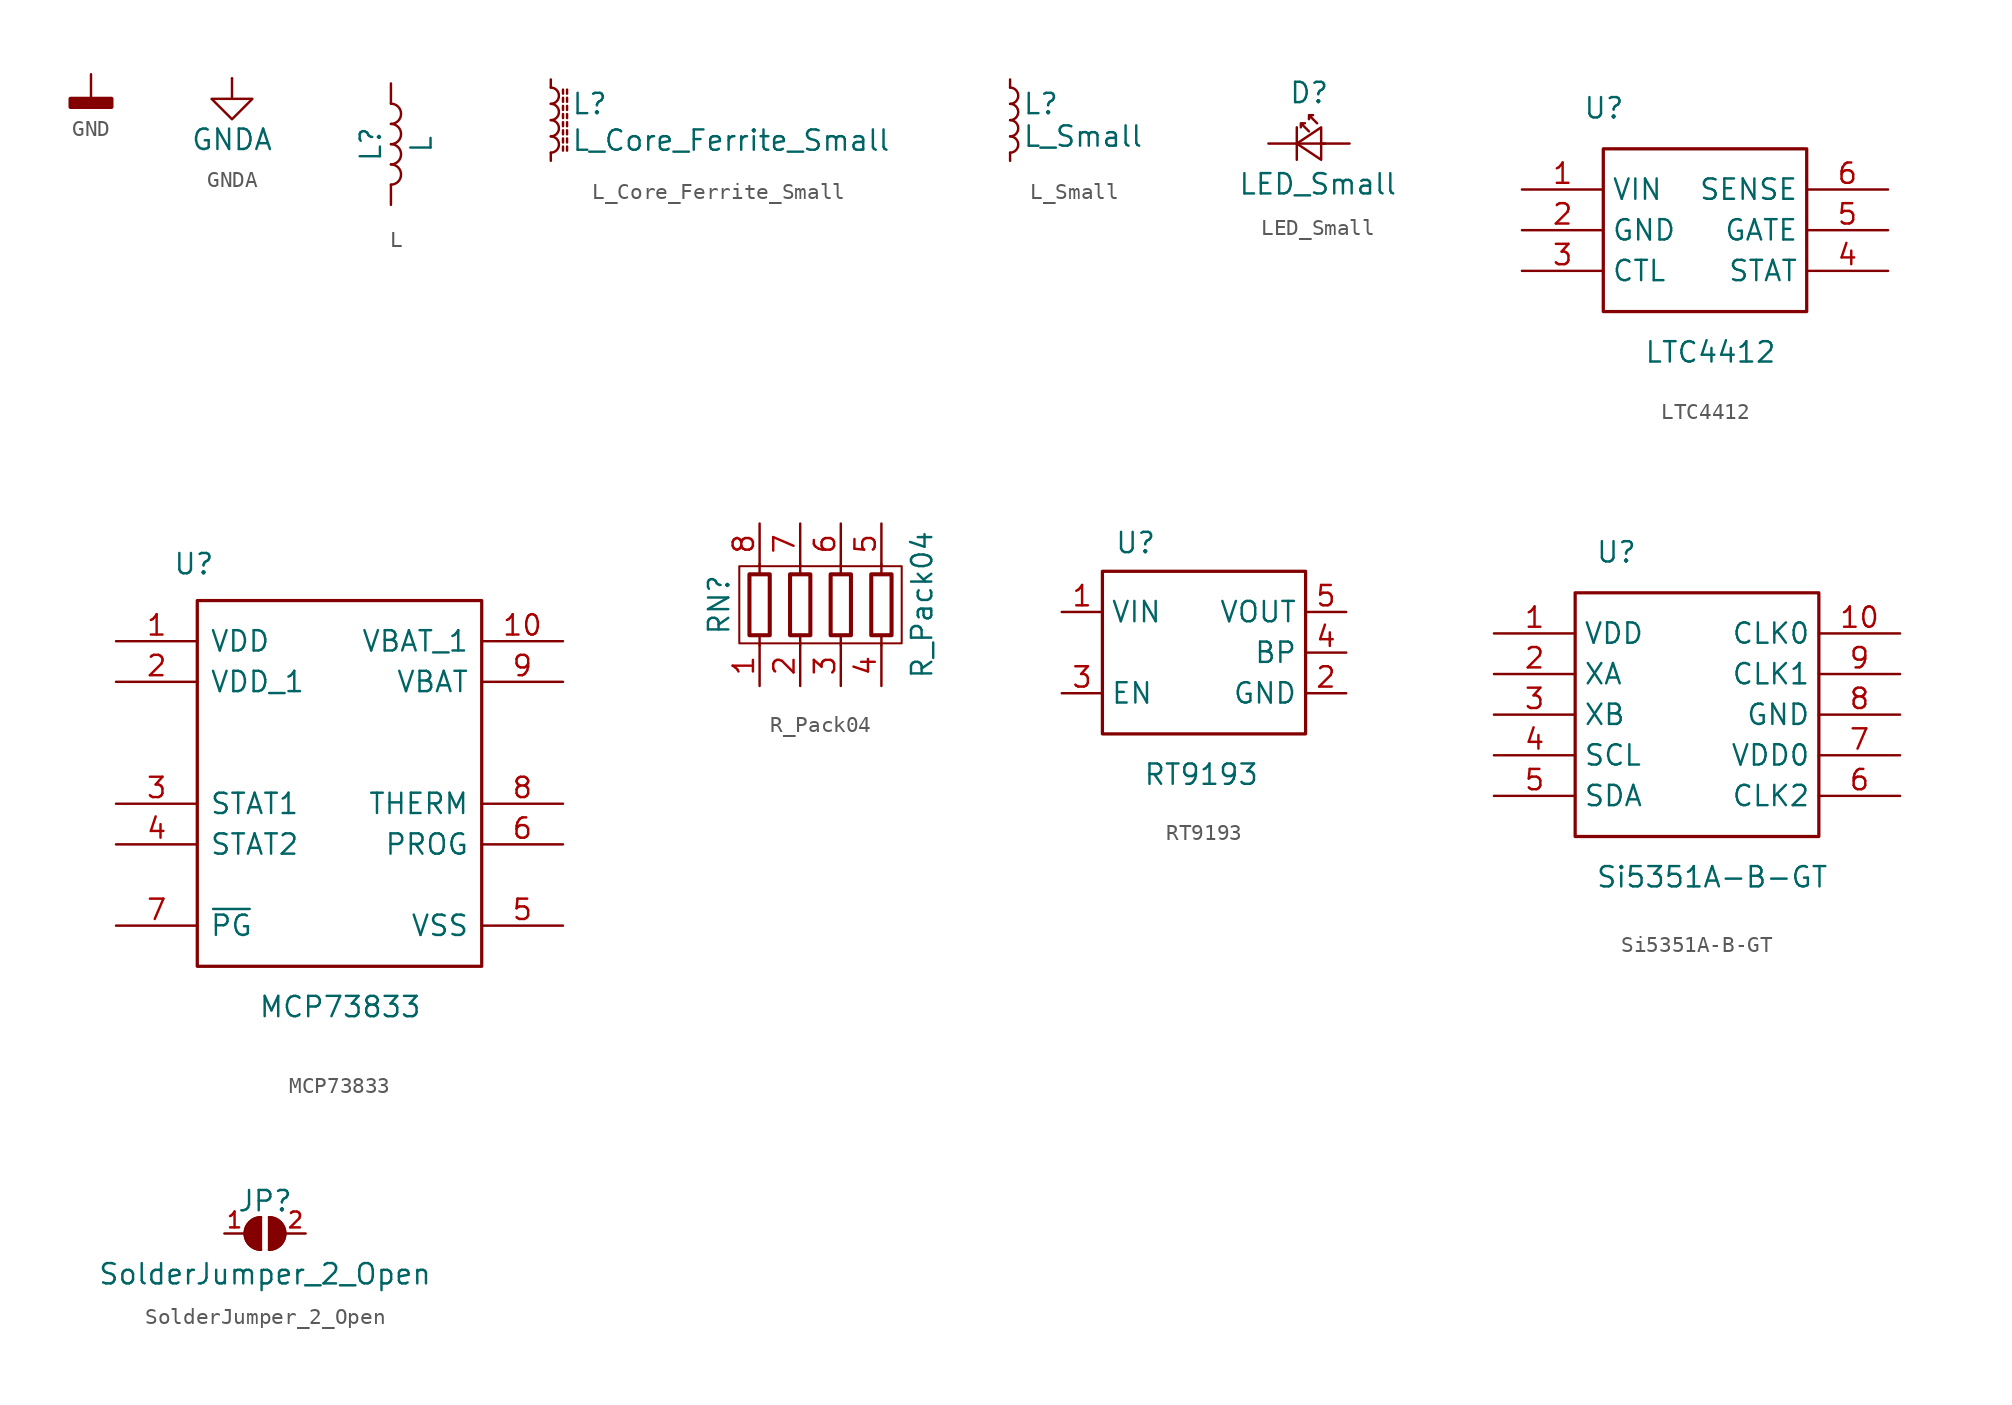
<source format=kicad_sym>
(kicad_symbol_lib
  (version 20241209)
  (generator "kicad_symbol_editor")
  (generator_version "9.0")
  (symbol "GND"
    (power)
    (pin_names
      (offset 0))
    (property "Reference" "#PWR"
      (at 0 -6.35 0)
      (effects (font (size 1.27 1.27)) (hide yes)))
    (symbol "GND_0_1"
      (rectangle (start -1.27 -1.524) (end 1.27 -2.032) (stroke (width 0.254) (type solid)) (fill (type outline)))
      (polyline (pts (xy 0 0) (xy 0 -1.524)) (stroke (width 0) (type solid)) (fill (type none))))
    (symbol "GND_1_1"
      (pin power_in line (at 0 0 270) (length 0) (hide yes) (name "GND" (effects (font (size 0 0)))) (number "1" (effects (font (size 0 0)))))))
  (symbol "GNDA"
    (power)
    (pin_names
      (offset 0))
    (property "Reference" "#PWR"
      (at 0 -6.35 0)
      (effects (font (size 1.27 1.27)) (hide yes)))
    (property "Value" "GNDA"
      (at 0 -3.81 0)
      (effects (font (size 1.27 1.27))))
    (symbol "GNDA_0_1"
      (polyline (pts (xy 0 0) (xy 0 -1.27) (xy 1.27 -1.27) (xy 0 -2.54) (xy -1.27 -1.27) (xy 0 -1.27)) (stroke (width 0) (type solid)) (fill (type none))))
    (symbol "GNDA_1_1"
      (pin power_in line (at 0 0 270) (length 0) (name "GNDA" (effects (font (size 0 0)))) (number "1" (effects (font (size 0 0)))))))
  (symbol "L"
    (pin_numbers
      (hide yes))
    (pin_names
      (offset 1.016)
      (hide yes))
    (property "Reference" "L"
      (at -1.27 0 90)
      (effects (font (size 1.27 1.27))))
    (property "Value" "L"
      (at 1.905 0 90)
      (effects (font (size 1.27 1.27))))
    (symbol "L_0_1"
      (arc (start 0 2.54) (mid 0.6323 1.905) (end 0 1.27) (stroke (width 0) (type solid)) (fill (type none)))
      (arc (start 0 1.27) (mid 0.6323 0.635) (end 0 0) (stroke (width 0) (type solid)) (fill (type none)))
      (arc (start 0 0) (mid 0.6323 -0.635) (end 0 -1.27) (stroke (width 0) (type solid)) (fill (type none)))
      (arc (start 0 -1.27) (mid 0.6323 -1.905) (end 0 -2.54) (stroke (width 0) (type solid)) (fill (type none))))
    (symbol "L_1_1"
      (pin passive line (at 0 3.81 270) (length 1.27) (name "1" (effects (font (size 1.27 1.27)))) (number "1" (effects (font (size 1.27 1.27)))))
      (pin passive line (at 0 -3.81 90) (length 1.27) (name "2" (effects (font (size 1.27 1.27)))) (number "2" (effects (font (size 1.27 1.27)))))))
  (symbol "L_Core_Ferrite_Small"
    (pin_numbers
      (hide yes))
    (pin_names
      (offset 0.254)
      (hide yes))
    (property "Reference" "L"
      (at 1.27 1.016 0)
      (effects (font (size 1.27 1.27)) (justify left)))
    (property "Value" "L_Core_Ferrite_Small"
      (at 1.27 -1.27 0)
      (effects (font (size 1.27 1.27)) (justify left)))
    (symbol "L_Core_Ferrite_Small_0_1"
      (arc (start 0 2.032) (mid 0.5058 1.524) (end 0 1.016) (stroke (width 0) (type solid)) (fill (type none)))
      (arc (start 0 1.016) (mid 0.5058 0.508) (end 0 0) (stroke (width 0) (type solid)) (fill (type none)))
      (arc (start 0 0) (mid 0.5058 -0.508) (end 0 -1.016) (stroke (width 0) (type solid)) (fill (type none)))
      (arc (start 0 -1.016) (mid 0.5058 -1.524) (end 0 -2.032) (stroke (width 0) (type solid)) (fill (type none)))
      (polyline (pts (xy 0.762 1.651) (xy 0.762 1.905)) (stroke (width 0) (type solid)) (fill (type none)))
      (polyline (pts (xy 0.762 1.143) (xy 0.762 1.397)) (stroke (width 0) (type solid)) (fill (type none)))
      (polyline (pts (xy 0.762 0.635) (xy 0.762 0.889)) (stroke (width 0) (type solid)) (fill (type none)))
      (polyline (pts (xy 0.762 0.127) (xy 0.762 0.381)) (stroke (width 0) (type solid)) (fill (type none)))
      (polyline (pts (xy 0.762 -0.381) (xy 0.762 -0.127)) (stroke (width 0) (type solid)) (fill (type none)))
      (polyline (pts (xy 0.762 -0.889) (xy 0.762 -0.635)) (stroke (width 0) (type solid)) (fill (type none)))
      (polyline (pts (xy 0.762 -1.397) (xy 0.762 -1.143)) (stroke (width 0) (type solid)) (fill (type none)))
      (polyline (pts (xy 0.762 -1.905) (xy 0.762 -1.651)) (stroke (width 0) (type solid)) (fill (type none)))
      (polyline (pts (xy 1.016 1.905) (xy 1.016 1.651)) (stroke (width 0) (type solid)) (fill (type none)))
      (polyline (pts (xy 1.016 1.397) (xy 1.016 1.143)) (stroke (width 0) (type solid)) (fill (type none)))
      (polyline (pts (xy 1.016 0.889) (xy 1.016 0.635)) (stroke (width 0) (type solid)) (fill (type none)))
      (polyline (pts (xy 1.016 0.381) (xy 1.016 0.127)) (stroke (width 0) (type solid)) (fill (type none)))
      (polyline (pts (xy 1.016 -0.127) (xy 1.016 -0.381)) (stroke (width 0) (type solid)) (fill (type none)))
      (polyline (pts (xy 1.016 -0.635) (xy 1.016 -0.889)) (stroke (width 0) (type solid)) (fill (type none)))
      (polyline (pts (xy 1.016 -1.143) (xy 1.016 -1.397)) (stroke (width 0) (type solid)) (fill (type none)))
      (polyline (pts (xy 1.016 -1.651) (xy 1.016 -1.905)) (stroke (width 0) (type solid)) (fill (type none))))
    (symbol "L_Core_Ferrite_Small_1_1"
      (pin passive line (at 0 2.54 270) (length 0.508) (name "~" (effects (font (size 1.27 1.27)))) (number "1" (effects (font (size 1.27 1.27)))))
      (pin passive line (at 0 -2.54 90) (length 0.508) (name "~" (effects (font (size 1.27 1.27)))) (number "2" (effects (font (size 1.27 1.27)))))))
  (symbol "L_Small"
    (pin_numbers
      (hide yes))
    (pin_names
      (offset 0.254)
      (hide yes))
    (property "Reference" "L"
      (at 0.762 1.016 0)
      (effects (font (size 1.27 1.27)) (justify left)))
    (property "Value" "L_Small"
      (at 0.762 -1.016 0)
      (effects (font (size 1.27 1.27)) (justify left)))
    (symbol "L_Small_0_1"
      (arc (start 0 2.032) (mid 0.5058 1.524) (end 0 1.016) (stroke (width 0) (type solid)) (fill (type none)))
      (arc (start 0 1.016) (mid 0.5058 0.508) (end 0 0) (stroke (width 0) (type solid)) (fill (type none)))
      (arc (start 0 0) (mid 0.5058 -0.508) (end 0 -1.016) (stroke (width 0) (type solid)) (fill (type none)))
      (arc (start 0 -1.016) (mid 0.5058 -1.524) (end 0 -2.032) (stroke (width 0) (type solid)) (fill (type none))))
    (symbol "L_Small_1_1"
      (pin passive line (at 0 2.54 270) (length 0.508) (name "~" (effects (font (size 1.27 1.27)))) (number "1" (effects (font (size 1.27 1.27)))))
      (pin passive line (at 0 -2.54 90) (length 0.508) (name "~" (effects (font (size 1.27 1.27)))) (number "2" (effects (font (size 1.27 1.27)))))))
  (symbol "LED_Small"
    (pin_numbers
      (hide yes))
    (pin_names
      (offset 0.254)
      (hide yes))
    (property "Reference" "D"
      (at -1.27 3.175 0)
      (effects (font (size 1.27 1.27)) (justify left)))
    (property "Value" "LED_Small"
      (at -4.445 -2.54 0)
      (effects (font (size 1.27 1.27)) (justify left)))
    (symbol "LED_Small_0_1"
      (polyline (pts (xy -0.762 -1.016) (xy -0.762 1.016)) (stroke (width 0) (type solid)) (fill (type none)))
      (polyline (pts (xy 0 0.762) (xy -0.508 1.27) (xy -0.254 1.27) (xy -0.508 1.27) (xy -0.508 1.016)) (stroke (width 0) (type solid)) (fill (type none)))
      (polyline (pts (xy 0.508 1.27) (xy 0 1.778) (xy 0.254 1.778) (xy 0 1.778) (xy 0 1.524)) (stroke (width 0) (type solid)) (fill (type none)))
      (polyline (pts (xy 0.762 -1.016) (xy -0.762 0) (xy 0.762 1.016) (xy 0.762 -1.016)) (stroke (width 0) (type solid)) (fill (type none)))
      (polyline (pts (xy 1.016 0) (xy -0.762 0)) (stroke (width 0) (type solid)) (fill (type none))))
    (symbol "LED_Small_1_1"
      (pin passive line (at -2.54 0 0) (length 1.778) (name "K" (effects (font (size 1.27 1.27)))) (number "1" (effects (font (size 1.27 1.27)))))
      (pin passive line (at 2.54 0 180) (length 1.778) (name "A" (effects (font (size 1.27 1.27)))) (number "2" (effects (font (size 1.27 1.27)))))))
  (symbol "LTC4412"
    (property "Reference" "U"
      (at -7.62 7.62 0)
      (effects (font (size 1.27 1.27)) (justify left)))
    (property "Value" "LTC4412"
      (at -3.81 -7.62 0)
      (effects (font (size 1.27 1.27)) (justify left)))
    (symbol "LTC4412_0_0"
      (pin bidirectional line (at -11.43 2.54 0) (length 5.08) (name "VIN" (effects (font (size 1.27 1.27)))) (number "1" (effects (font (size 1.27 1.27)))))
      (pin bidirectional line (at -11.43 0 0) (length 5.08) (name "GND" (effects (font (size 1.27 1.27)))) (number "2" (effects (font (size 1.27 1.27)))))
      (pin bidirectional line (at -11.43 -2.54 0) (length 5.08) (name "CTL" (effects (font (size 1.27 1.27)))) (number "3" (effects (font (size 1.27 1.27)))))
      (pin bidirectional line (at 11.43 2.54 180) (length 5.08) (name "SENSE" (effects (font (size 1.27 1.27)))) (number "6" (effects (font (size 1.27 1.27)))))
      (pin bidirectional line (at 11.43 0 180) (length 5.08) (name "GATE" (effects (font (size 1.27 1.27)))) (number "5" (effects (font (size 1.27 1.27)))))
      (pin bidirectional line (at 11.43 -2.54 180) (length 5.08) (name "STAT" (effects (font (size 1.27 1.27)))) (number "4" (effects (font (size 1.27 1.27))))))
    (symbol "LTC4412_0_1"
      (polyline (pts (xy -6.35 5.08) (xy 6.35 5.08) (xy 6.35 -5.08) (xy -6.35 -5.08) (xy -6.35 5.08)) (stroke (width 0.203) (type solid)) (fill (type none)))))
  (symbol "MCP73833"
    (pin_names
      (offset 0.762))
    (property "Reference" "U"
      (at -10.414 13.716 0)
      (effects (font (size 1.27 1.27)) (justify left)))
    (property "Value" "MCP73833"
      (at -5.08 -13.97 0)
      (effects (font (size 1.27 1.27)) (justify left)))
    (symbol "MCP73833_0_0"
      (pin bidirectional line (at -13.97 8.89 0) (length 5.08) (name "VDD" (effects (font (size 1.27 1.27)))) (number "1" (effects (font (size 1.27 1.27)))))
      (pin bidirectional line (at -13.97 6.35 0) (length 5.08) (name "VDD_1" (effects (font (size 1.27 1.27)))) (number "2" (effects (font (size 1.27 1.27)))))
      (pin bidirectional line (at -13.97 -1.27 0) (length 5.08) (name "STAT1" (effects (font (size 1.27 1.27)))) (number "3" (effects (font (size 1.27 1.27)))))
      (pin bidirectional line (at -13.97 -3.81 0) (length 5.08) (name "STAT2" (effects (font (size 1.27 1.27)))) (number "4" (effects (font (size 1.27 1.27)))))
      (pin bidirectional line (at -13.97 -8.89 0) (length 5.08) (name "~{PG}" (effects (font (size 1.27 1.27)))) (number "7" (effects (font (size 1.27 1.27)))))
      (pin bidirectional line (at 13.97 8.89 180) (length 5.08) (name "VBAT_1" (effects (font (size 1.27 1.27)))) (number "10" (effects (font (size 1.27 1.27)))))
      (pin bidirectional line (at 13.97 6.35 180) (length 5.08) (name "VBAT" (effects (font (size 1.27 1.27)))) (number "9" (effects (font (size 1.27 1.27)))))
      (pin bidirectional line (at 13.97 -1.27 180) (length 5.08) (name "THERM" (effects (font (size 1.27 1.27)))) (number "8" (effects (font (size 1.27 1.27)))))
      (pin bidirectional line (at 13.97 -3.81 180) (length 5.08) (name "PROG" (effects (font (size 1.27 1.27)))) (number "6" (effects (font (size 1.27 1.27))))))
    (symbol "MCP73833_0_1"
      (polyline (pts (xy -8.89 11.43) (xy 8.89 11.43) (xy 8.89 -11.43) (xy -8.89 -11.43) (xy -8.89 11.43)) (stroke (width 0.203) (type solid)) (fill (type none))))
    (symbol "MCP73833_1_0"
      (pin bidirectional line (at 13.97 -8.89 180) (length 5.08) (name "VSS" (effects (font (size 1.27 1.27)))) (number "5" (effects (font (size 1.27 1.27)))))))
  (symbol "R_Pack04"
    (pin_names
      (offset 0)
      (hide yes))
    (property "Reference" "RN"
      (at -7.62 0 90)
      (effects (font (size 1.27 1.27))))
    (property "Value" "R_Pack04"
      (at 5.08 0 90)
      (effects (font (size 1.27 1.27))))
    (symbol "R_Pack04_0_1"
      (rectangle (start -6.35 -2.413) (end 3.81 2.413) (stroke (width 0.127) (type solid)) (fill (type none)))
      (rectangle (start -5.715 1.905) (end -4.445 -1.905) (stroke (width 0.254) (type solid)) (fill (type none)))
      (polyline (pts (xy -5.08 1.905) (xy -5.08 2.54)) (stroke (width 0) (type solid)) (fill (type none)))
      (polyline (pts (xy -5.08 -2.54) (xy -5.08 -1.905)) (stroke (width 0) (type solid)) (fill (type none)))
      (rectangle (start -3.175 1.905) (end -1.905 -1.905) (stroke (width 0.254) (type solid)) (fill (type none)))
      (polyline (pts (xy -2.54 1.905) (xy -2.54 2.54)) (stroke (width 0) (type solid)) (fill (type none)))
      (polyline (pts (xy -2.54 -2.54) (xy -2.54 -1.905)) (stroke (width 0) (type solid)) (fill (type none)))
      (rectangle (start -0.635 1.905) (end 0.635 -1.905) (stroke (width 0.254) (type solid)) (fill (type none)))
      (polyline (pts (xy 0 1.905) (xy 0 2.54)) (stroke (width 0) (type solid)) (fill (type none)))
      (polyline (pts (xy 0 -2.54) (xy 0 -1.905)) (stroke (width 0) (type solid)) (fill (type none)))
      (rectangle (start 1.905 1.905) (end 3.175 -1.905) (stroke (width 0.254) (type solid)) (fill (type none)))
      (polyline (pts (xy 2.54 1.905) (xy 2.54 2.54)) (stroke (width 0) (type solid)) (fill (type none)))
      (polyline (pts (xy 2.54 -2.54) (xy 2.54 -1.905)) (stroke (width 0) (type solid)) (fill (type none))))
    (symbol "R_Pack04_1_1"
      (pin passive line (at -5.08 5.08 270) (length 2.54) (name "R1.2" (effects (font (size 1.27 1.27)))) (number "8" (effects (font (size 1.27 1.27)))))
      (pin passive line (at -5.08 -5.08 90) (length 2.54) (name "R1.1" (effects (font (size 1.27 1.27)))) (number "1" (effects (font (size 1.27 1.27)))))
      (pin passive line (at -2.54 5.08 270) (length 2.54) (name "R2.2" (effects (font (size 1.27 1.27)))) (number "7" (effects (font (size 1.27 1.27)))))
      (pin passive line (at -2.54 -5.08 90) (length 2.54) (name "R2.1" (effects (font (size 1.27 1.27)))) (number "2" (effects (font (size 1.27 1.27)))))
      (pin passive line (at 0 5.08 270) (length 2.54) (name "R3.2" (effects (font (size 1.27 1.27)))) (number "6" (effects (font (size 1.27 1.27)))))
      (pin passive line (at 0 -5.08 90) (length 2.54) (name "R3.1" (effects (font (size 1.27 1.27)))) (number "3" (effects (font (size 1.27 1.27)))))
      (pin passive line (at 2.54 5.08 270) (length 2.54) (name "R4.2" (effects (font (size 1.27 1.27)))) (number "5" (effects (font (size 1.27 1.27)))))
      (pin passive line (at 2.54 -5.08 90) (length 2.54) (name "R4.1" (effects (font (size 1.27 1.27)))) (number "4" (effects (font (size 1.27 1.27)))))))
  (symbol "RT9193"
    (property "Reference" "U"
      (at -5.588 6.858 0)
      (effects (font (size 1.27 1.27)) (justify left)))
    (property "Value" "RT9193"
      (at -3.81 -7.62 0)
      (effects (font (size 1.27 1.27)) (justify left)))
    (symbol "RT9193_0_0"
      (pin bidirectional line (at -8.89 2.54 0) (length 2.54) (name "VIN" (effects (font (size 1.27 1.27)))) (number "1" (effects (font (size 1.27 1.27)))))
      (pin bidirectional line (at -8.89 -2.54 0) (length 2.54) (name "EN" (effects (font (size 1.27 1.27)))) (number "3" (effects (font (size 1.27 1.27)))))
      (pin bidirectional line (at 8.89 2.54 180) (length 2.54) (name "VOUT" (effects (font (size 1.27 1.27)))) (number "5" (effects (font (size 1.27 1.27)))))
      (pin bidirectional line (at 8.89 0 180) (length 2.54) (name "BP" (effects (font (size 1.27 1.27)))) (number "4" (effects (font (size 1.27 1.27)))))
      (pin bidirectional line (at 8.89 -2.54 180) (length 2.54) (name "GND" (effects (font (size 1.27 1.27)))) (number "2" (effects (font (size 1.27 1.27))))))
    (symbol "RT9193_0_1"
      (polyline (pts (xy -6.35 5.08) (xy 6.35 5.08) (xy 6.35 -5.08) (xy -6.35 -5.08) (xy -6.35 5.08)) (stroke (width 0.203) (type solid)) (fill (type none)))))
  (symbol "Si5351A-B-GT"
    (property "Reference" "U"
      (at -6.35 10.16 0)
      (effects (font (size 1.27 1.27)) (justify left)))
    (property "Value" "Si5351A-B-GT"
      (at -6.35 -10.16 0)
      (effects (font (size 1.27 1.27)) (justify left)))
    (symbol "Si5351A-B-GT_0_0"
      (pin bidirectional line (at -12.7 5.08 0) (length 5.08) (name "VDD" (effects (font (size 1.27 1.27)))) (number "1" (effects (font (size 1.27 1.27)))))
      (pin bidirectional line (at -12.7 2.54 0) (length 5.08) (name "XA" (effects (font (size 1.27 1.27)))) (number "2" (effects (font (size 1.27 1.27)))))
      (pin bidirectional line (at -12.7 0 0) (length 5.08) (name "XB" (effects (font (size 1.27 1.27)))) (number "3" (effects (font (size 1.27 1.27)))))
      (pin bidirectional line (at -12.7 -2.54 0) (length 5.08) (name "SCL" (effects (font (size 1.27 1.27)))) (number "4" (effects (font (size 1.27 1.27)))))
      (pin bidirectional line (at -12.7 -5.08 0) (length 5.08) (name "SDA" (effects (font (size 1.27 1.27)))) (number "5" (effects (font (size 1.27 1.27)))))
      (pin bidirectional line (at 12.7 5.08 180) (length 5.08) (name "CLK0" (effects (font (size 1.27 1.27)))) (number "10" (effects (font (size 1.27 1.27)))))
      (pin bidirectional line (at 12.7 2.54 180) (length 5.08) (name "CLK1" (effects (font (size 1.27 1.27)))) (number "9" (effects (font (size 1.27 1.27)))))
      (pin bidirectional line (at 12.7 0 180) (length 5.08) (name "GND" (effects (font (size 1.27 1.27)))) (number "8" (effects (font (size 1.27 1.27)))))
      (pin bidirectional line (at 12.7 -2.54 180) (length 5.08) (name "VDD0" (effects (font (size 1.27 1.27)))) (number "7" (effects (font (size 1.27 1.27)))))
      (pin bidirectional line (at 12.7 -5.08 180) (length 5.08) (name "CLK2" (effects (font (size 1.27 1.27)))) (number "6" (effects (font (size 1.27 1.27))))))
    (symbol "Si5351A-B-GT_0_1"
      (polyline (pts (xy -7.62 7.62) (xy 7.62 7.62) (xy 7.62 -7.62) (xy -7.62 -7.62) (xy -7.62 7.62)) (stroke (width 0.203) (type solid)) (fill (type none)))))
  (symbol "SolderJumper_2_Open"
    (pin_names
      (offset 0)
      (hide yes))
    (property "Reference" "JP"
      (at 0 2.032 0)
      (effects (font (size 1.27 1.27))))
    (property "Value" "SolderJumper_2_Open"
      (at 0 -2.54 0)
      (effects (font (size 1.27 1.27))))
    (symbol "SolderJumper_2_Open_0_1"
      (polyline (pts (xy -0.254 1.016) (xy -0.254 -1.016)) (stroke (width 0) (type solid)) (fill (type none)))
      (arc (start -0.254 -1.016) (mid -1.2656 0) (end -0.254 1.016) (stroke (width 0) (type solid)) (fill (type none)))
      (arc (start -0.254 -1.016) (mid -1.2656 0) (end -0.254 1.016) (stroke (width 0) (type solid)) (fill (type outline)))
      (arc (start 0.254 1.016) (mid 1.2656 0) (end 0.254 -1.016) (stroke (width 0) (type solid)) (fill (type none)))
      (arc (start 0.254 1.016) (mid 1.2656 0) (end 0.254 -1.016) (stroke (width 0) (type solid)) (fill (type outline)))
      (polyline (pts (xy 0.254 1.016) (xy 0.254 -1.016)) (stroke (width 0) (type solid)) (fill (type none))))
    (symbol "SolderJumper_2_Open_1_1"
      (pin passive line (at -2.54 0 0) (length 1.27) (name "A" (effects (font (size 1.27 1.27)))) (number "1" (effects (font (size 0.991 0.991)))))
      (pin passive line (at 2.54 0 180) (length 1.27) (name "B" (effects (font (size 1.27 1.27)))) (number "2" (effects (font (size 0.991 0.991))))))))
</source>
